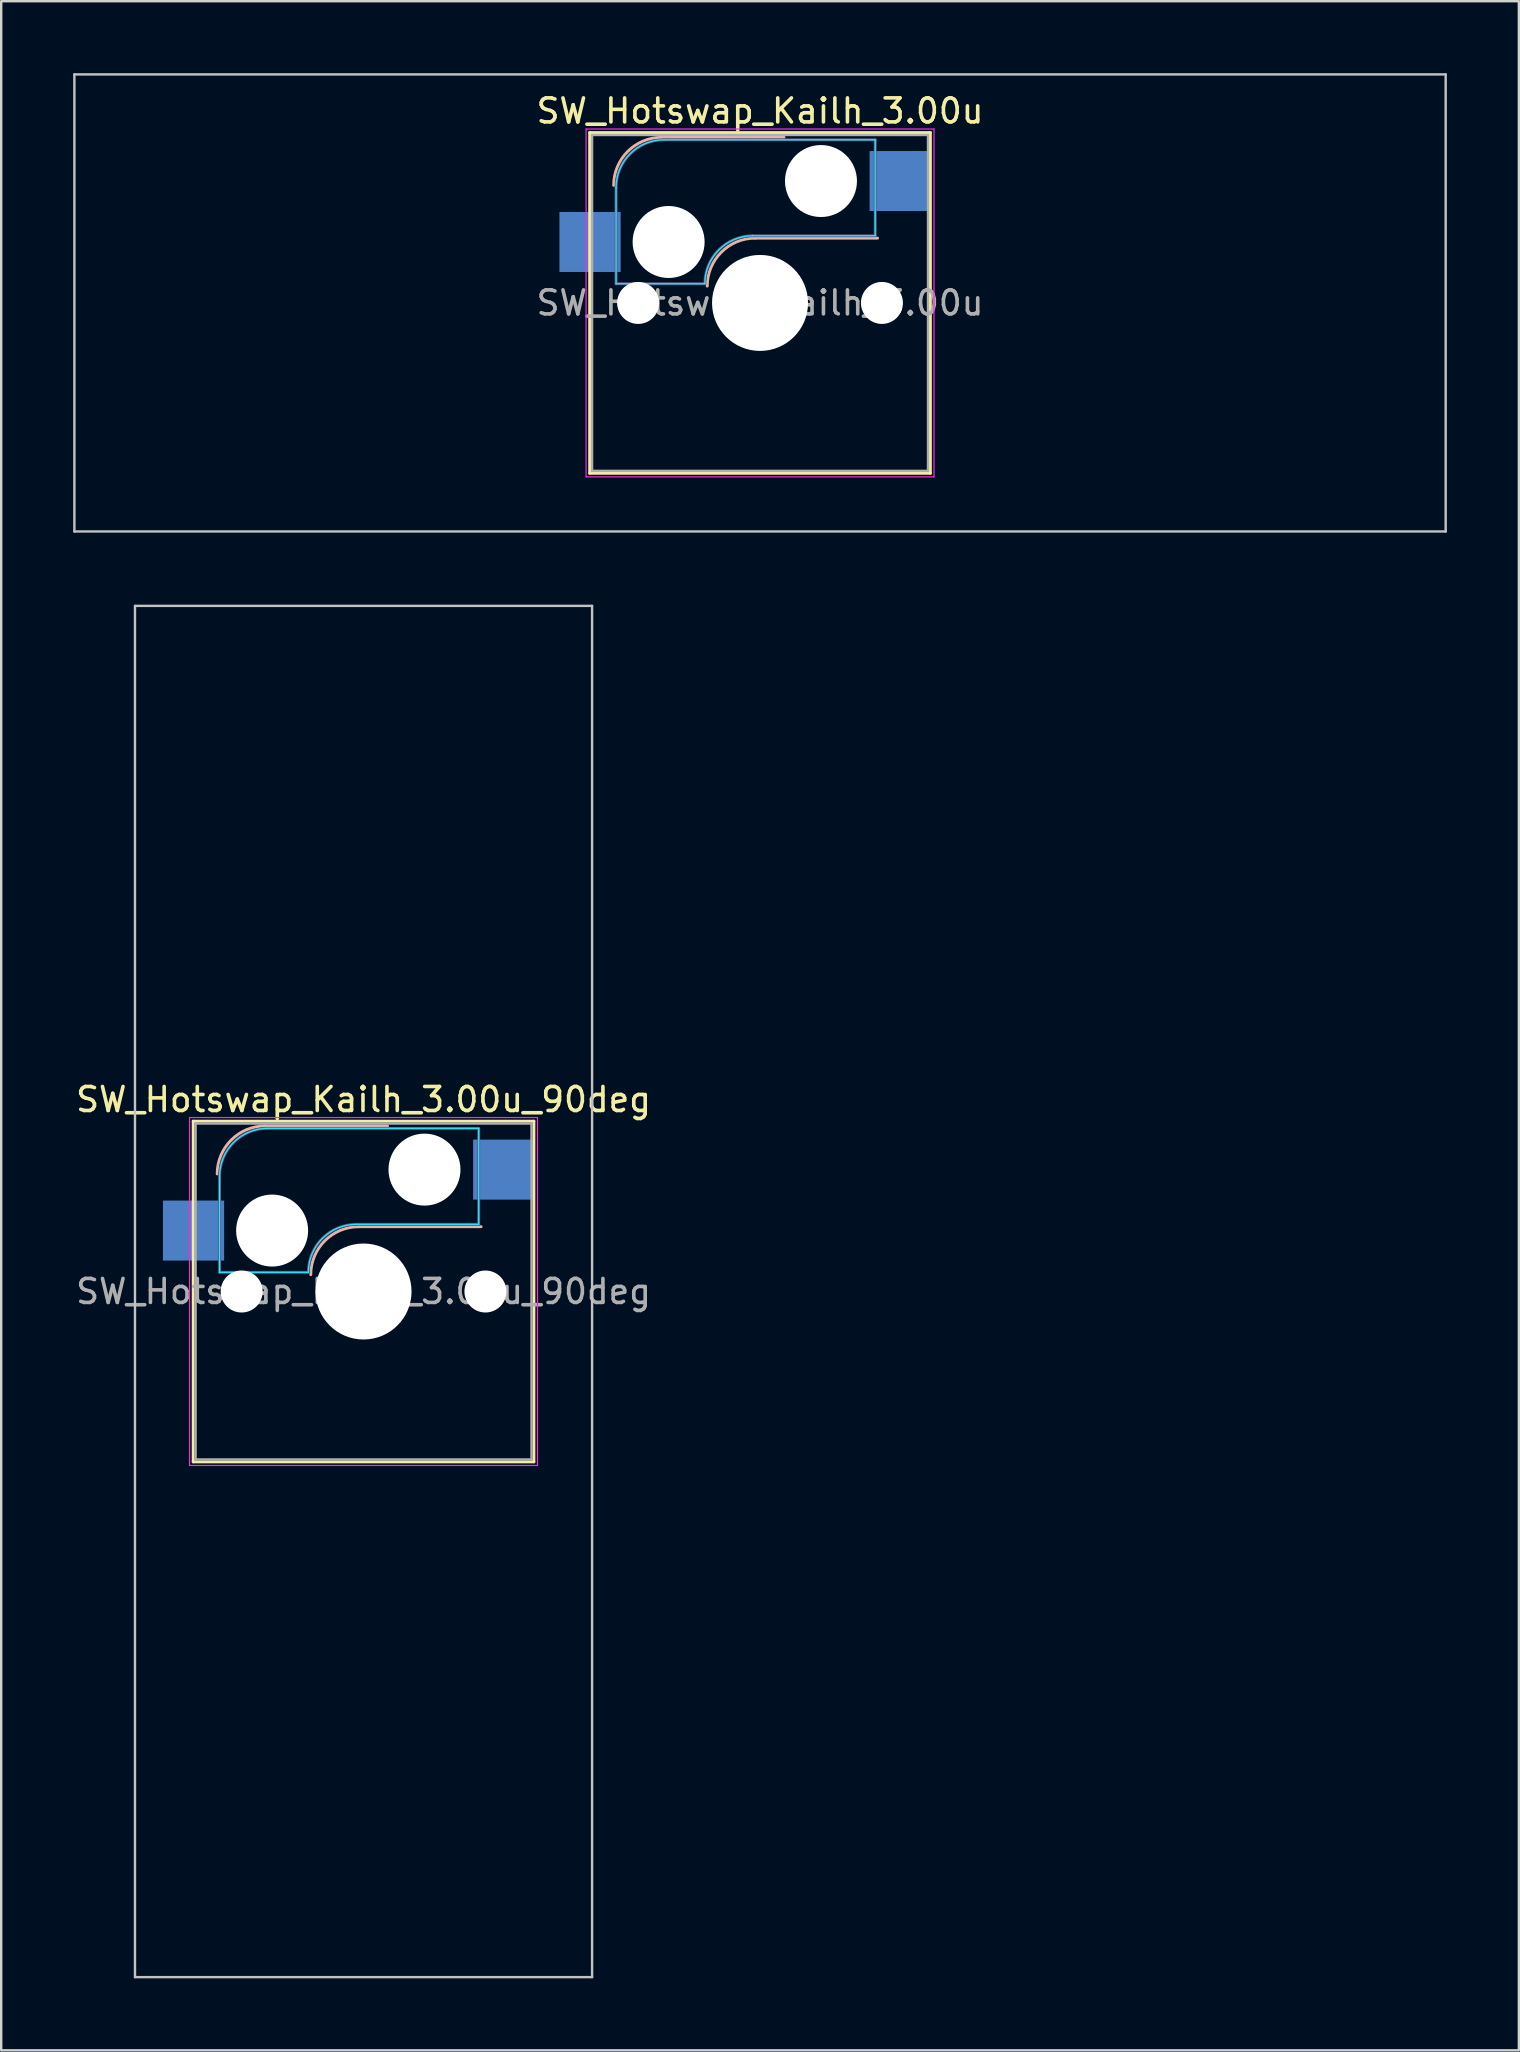
<source format=kicad_pcb>
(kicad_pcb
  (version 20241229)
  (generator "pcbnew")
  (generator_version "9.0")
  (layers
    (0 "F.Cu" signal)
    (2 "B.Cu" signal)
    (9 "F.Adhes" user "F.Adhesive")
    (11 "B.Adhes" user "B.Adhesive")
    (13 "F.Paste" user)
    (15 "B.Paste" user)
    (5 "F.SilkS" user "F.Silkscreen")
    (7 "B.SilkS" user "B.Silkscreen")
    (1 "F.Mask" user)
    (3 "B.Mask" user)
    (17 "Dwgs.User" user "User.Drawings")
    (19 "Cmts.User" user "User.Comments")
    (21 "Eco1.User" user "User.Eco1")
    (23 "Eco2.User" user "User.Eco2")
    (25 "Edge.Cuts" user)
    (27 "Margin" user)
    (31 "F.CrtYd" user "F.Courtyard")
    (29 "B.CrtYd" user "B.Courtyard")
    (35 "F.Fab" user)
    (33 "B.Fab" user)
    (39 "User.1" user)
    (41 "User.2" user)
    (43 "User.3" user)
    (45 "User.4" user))
  (footprint "SW_Hotswap_Kailh_3.00u"
    (layer "F.Cu")
    (at 28.625 9.575)
    (property "Reference" "SW_Hotswap_Kailh_3.00u" (at 0 -8 0) (layer "F.SilkS") (effects (font (size 1 1) (thickness 0.15))))
    (attr smd)
    (fp_line (start -7.1 -7.1) (end -7.1 7.1) (stroke (width 0.12) (type solid)) (layer "F.SilkS"))
    (fp_line (start -7.1 7.1) (end 7.1 7.1) (stroke (width 0.12) (type solid)) (layer "F.SilkS"))
    (fp_line (start 7.1 -7.1) (end -7.1 -7.1) (stroke (width 0.12) (type solid)) (layer "F.SilkS"))
    (fp_line (start 7.1 7.1) (end 7.1 -7.1) (stroke (width 0.12) (type solid)) (layer "F.SilkS"))
    (fp_line (start -4.1 -6.9) (end 1 -6.9) (stroke (width 0.12) (type solid)) (layer "B.SilkS"))
    (fp_line (start -0.2 -2.7) (end 4.9 -2.7) (stroke (width 0.12) (type solid)) (layer "B.SilkS"))
    (fp_arc (start -6.1 -4.9) (mid -5.514214 -6.314214) (end -4.1 -6.9) (stroke (width 0.12) (type solid)) (layer "B.SilkS"))
    (fp_arc (start -2.2 -0.7) (mid -1.614214 -2.114214) (end -0.2 -2.7) (stroke (width 0.12) (type solid)) (layer "B.SilkS"))
    (fp_line (start -28.575 -9.525) (end -28.575 9.525) (stroke (width 0.1) (type solid)) (layer "Dwgs.User"))
    (fp_line (start -28.575 9.525) (end 28.575 9.525) (stroke (width 0.1) (type solid)) (layer "Dwgs.User"))
    (fp_line (start 28.575 -9.525) (end -28.575 -9.525) (stroke (width 0.1) (type solid)) (layer "Dwgs.User"))
    (fp_line (start 28.575 9.525) (end 28.575 -9.525) (stroke (width 0.1) (type solid)) (layer "Dwgs.User"))
    (fp_line (start -7.8 -6) (end -7 -6) (stroke (width 0.1) (type solid)) (layer "Eco1.User"))
    (fp_line (start -7.8 -2.9) (end -7.8 -6) (stroke (width 0.1) (type solid)) (layer "Eco1.User"))
    (fp_line (start -7.8 2.9) (end -7 2.9) (stroke (width 0.1) (type solid)) (layer "Eco1.User"))
    (fp_line (start -7.8 6) (end -7.8 2.9) (stroke (width 0.1) (type solid)) (layer "Eco1.User"))
    (fp_line (start -7 -7) (end 7 -7) (stroke (width 0.1) (type solid)) (layer "Eco1.User"))
    (fp_line (start -7 -6) (end -7 -7) (stroke (width 0.1) (type solid)) (layer "Eco1.User"))
    (fp_line (start -7 -2.9) (end -7.8 -2.9) (stroke (width 0.1) (type solid)) (layer "Eco1.User"))
    (fp_line (start -7 2.9) (end -7 -2.9) (stroke (width 0.1) (type solid)) (layer "Eco1.User"))
    (fp_line (start -7 6) (end -7.8 6) (stroke (width 0.1) (type solid)) (layer "Eco1.User"))
    (fp_line (start -7 7) (end -7 6) (stroke (width 0.1) (type solid)) (layer "Eco1.User"))
    (fp_line (start 7 -7) (end 7 -6) (stroke (width 0.1) (type solid)) (layer "Eco1.User"))
    (fp_line (start 7 -6) (end 7.8 -6) (stroke (width 0.1) (type solid)) (layer "Eco1.User"))
    (fp_line (start 7 -2.9) (end 7 2.9) (stroke (width 0.1) (type solid)) (layer "Eco1.User"))
    (fp_line (start 7 2.9) (end 7.8 2.9) (stroke (width 0.1) (type solid)) (layer "Eco1.User"))
    (fp_line (start 7 6) (end 7 7) (stroke (width 0.1) (type solid)) (layer "Eco1.User"))
    (fp_line (start 7 7) (end -7 7) (stroke (width 0.1) (type solid)) (layer "Eco1.User"))
    (fp_line (start 7.8 -6) (end 7.8 -2.9) (stroke (width 0.1) (type solid)) (layer "Eco1.User"))
    (fp_line (start 7.8 -2.9) (end 7 -2.9) (stroke (width 0.1) (type solid)) (layer "Eco1.User"))
    (fp_line (start 7.8 2.9) (end 7.8 6) (stroke (width 0.1) (type solid)) (layer "Eco1.User"))
    (fp_line (start 7.8 6) (end 7 6) (stroke (width 0.1) (type solid)) (layer "Eco1.User"))
    (fp_line (start -6 -0.8) (end -6 -4.8) (stroke (width 0.05) (type solid)) (layer "B.CrtYd"))
    (fp_line (start -6 -0.8) (end -2.3 -0.8) (stroke (width 0.05) (type solid)) (layer "B.CrtYd"))
    (fp_line (start -4 -6.8) (end 4.8 -6.8) (stroke (width 0.05) (type solid)) (layer "B.CrtYd"))
    (fp_line (start -0.3 -2.8) (end 4.8 -2.8) (stroke (width 0.05) (type solid)) (layer "B.CrtYd"))
    (fp_line (start 4.8 -6.8) (end 4.8 -2.8) (stroke (width 0.05) (type solid)) (layer "B.CrtYd"))
    (fp_arc (start -6 -4.8) (mid -5.414214 -6.214214) (end -4 -6.8) (stroke (width 0.05) (type solid)) (layer "B.CrtYd"))
    (fp_arc (start -2.3 -0.8) (mid -1.714214 -2.214214) (end -0.3 -2.8) (stroke (width 0.05) (type solid)) (layer "B.CrtYd"))
    (fp_line (start -7.25 -7.25) (end -7.25 7.25) (stroke (width 0.05) (type solid)) (layer "F.CrtYd"))
    (fp_line (start -7.25 7.25) (end 7.25 7.25) (stroke (width 0.05) (type solid)) (layer "F.CrtYd"))
    (fp_line (start 7.25 -7.25) (end -7.25 -7.25) (stroke (width 0.05) (type solid)) (layer "F.CrtYd"))
    (fp_line (start 7.25 7.25) (end 7.25 -7.25) (stroke (width 0.05) (type solid)) (layer "F.CrtYd"))
    (fp_line (start -6 -0.8) (end -6 -4.8) (stroke (width 0.12) (type solid)) (layer "B.Fab"))
    (fp_line (start -6 -0.8) (end -2.3 -0.8) (stroke (width 0.12) (type solid)) (layer "B.Fab"))
    (fp_line (start -4 -6.8) (end 4.8 -6.8) (stroke (width 0.12) (type solid)) (layer "B.Fab"))
    (fp_line (start -0.3 -2.8) (end 4.8 -2.8) (stroke (width 0.12) (type solid)) (layer "B.Fab"))
    (fp_line (start 4.8 -6.8) (end 4.8 -2.8) (stroke (width 0.12) (type solid)) (layer "B.Fab"))
    (fp_arc (start -6 -4.8) (mid -5.414214 -6.214214) (end -4 -6.8) (stroke (width 0.12) (type solid)) (layer "B.Fab"))
    (fp_arc (start -2.3 -0.8) (mid -1.714214 -2.214214) (end -0.3 -2.8) (stroke (width 0.12) (type solid)) (layer "B.Fab"))
    (fp_line (start -7 -7) (end -7 7) (stroke (width 0.1) (type solid)) (layer "F.Fab"))
    (fp_line (start -7 7) (end 7 7) (stroke (width 0.1) (type solid)) (layer "F.Fab"))
    (fp_line (start 7 -7) (end -7 -7) (stroke (width 0.1) (type solid)) (layer "F.Fab"))
    (fp_line (start 7 7) (end 7 -7) (stroke (width 0.1) (type solid)) (layer "F.Fab"))
    (fp_text user "${REFERENCE}" (at 0 0 0) (layer "F.Fab") (effects (font (size 1 1) (thickness 0.15))))
    (pad "" np_thru_hole circle (at -5.08 0) (size 1.75 1.75) (drill 1.75) (layers "*.Cu" "*.Mask"))
    (pad "" np_thru_hole circle (at -3.81 -2.54) (size 3 3) (drill 3) (layers "*.Cu" "*.Mask"))
    (pad "" np_thru_hole circle (at 0 0) (size 4 4) (drill 4) (layers "*.Cu" "*.Mask"))
    (pad "" np_thru_hole circle (at 2.54 -5.08) (size 3 3) (drill 3) (layers "*.Cu" "*.Mask"))
    (pad "" np_thru_hole circle (at 5.08 0) (size 1.75 1.75) (drill 1.75) (layers "*.Cu" "*.Mask"))
    (pad "1" smd rect (at -7.085 -2.54) (size 2.55 2.5) (layers "B.Cu" "B.Mask" "B.Paste"))
    (pad "2" smd rect (at 5.842 -5.08) (size 2.55 2.5) (layers "B.Cu" "B.Mask" "B.Paste")))
  (footprint "SW_Hotswap_Kailh_3.00u_90deg"
    (layer "F.Cu")
    (at 12.101 50.775)
    (property "Reference" "SW_Hotswap_Kailh_3.00u_90deg" (at 0 -8 0) (layer "F.SilkS") (effects (font (size 1 1) (thickness 0.15))))
    (attr smd)
    (fp_line (start -7.1 -7.1) (end -7.1 7.1) (stroke (width 0.12) (type solid)) (layer "F.SilkS"))
    (fp_line (start -7.1 7.1) (end 7.1 7.1) (stroke (width 0.12) (type solid)) (layer "F.SilkS"))
    (fp_line (start 7.1 -7.1) (end -7.1 -7.1) (stroke (width 0.12) (type solid)) (layer "F.SilkS"))
    (fp_line (start 7.1 7.1) (end 7.1 -7.1) (stroke (width 0.12) (type solid)) (layer "F.SilkS"))
    (fp_line (start -4.1 -6.9) (end 1 -6.9) (stroke (width 0.12) (type solid)) (layer "B.SilkS"))
    (fp_line (start -0.2 -2.7) (end 4.9 -2.7) (stroke (width 0.12) (type solid)) (layer "B.SilkS"))
    (fp_arc (start -6.1 -4.9) (mid -5.514214 -6.314214) (end -4.1 -6.9) (stroke (width 0.12) (type solid)) (layer "B.SilkS"))
    (fp_arc (start -2.2 -0.7) (mid -1.614214 -2.114214) (end -0.2 -2.7) (stroke (width 0.12) (type solid)) (layer "B.SilkS"))
    (fp_line (start -9.525 -28.575) (end 9.525 -28.575) (stroke (width 0.1) (type solid)) (layer "Dwgs.User"))
    (fp_line (start -9.525 28.575) (end -9.525 -28.575) (stroke (width 0.1) (type solid)) (layer "Dwgs.User"))
    (fp_line (start 9.525 -28.575) (end 9.525 28.575) (stroke (width 0.1) (type solid)) (layer "Dwgs.User"))
    (fp_line (start 9.525 28.575) (end -9.525 28.575) (stroke (width 0.1) (type solid)) (layer "Dwgs.User"))
    (fp_line (start -7.8 -6) (end -7 -6) (stroke (width 0.1) (type solid)) (layer "Eco1.User"))
    (fp_line (start -7.8 -2.9) (end -7.8 -6) (stroke (width 0.1) (type solid)) (layer "Eco1.User"))
    (fp_line (start -7.8 2.9) (end -7 2.9) (stroke (width 0.1) (type solid)) (layer "Eco1.User"))
    (fp_line (start -7.8 6) (end -7.8 2.9) (stroke (width 0.1) (type solid)) (layer "Eco1.User"))
    (fp_line (start -7 -7) (end 7 -7) (stroke (width 0.1) (type solid)) (layer "Eco1.User"))
    (fp_line (start -7 -6) (end -7 -7) (stroke (width 0.1) (type solid)) (layer "Eco1.User"))
    (fp_line (start -7 -2.9) (end -7.8 -2.9) (stroke (width 0.1) (type solid)) (layer "Eco1.User"))
    (fp_line (start -7 2.9) (end -7 -2.9) (stroke (width 0.1) (type solid)) (layer "Eco1.User"))
    (fp_line (start -7 6) (end -7.8 6) (stroke (width 0.1) (type solid)) (layer "Eco1.User"))
    (fp_line (start -7 7) (end -7 6) (stroke (width 0.1) (type solid)) (layer "Eco1.User"))
    (fp_line (start 7 -7) (end 7 -6) (stroke (width 0.1) (type solid)) (layer "Eco1.User"))
    (fp_line (start 7 -6) (end 7.8 -6) (stroke (width 0.1) (type solid)) (layer "Eco1.User"))
    (fp_line (start 7 -2.9) (end 7 2.9) (stroke (width 0.1) (type solid)) (layer "Eco1.User"))
    (fp_line (start 7 2.9) (end 7.8 2.9) (stroke (width 0.1) (type solid)) (layer "Eco1.User"))
    (fp_line (start 7 6) (end 7 7) (stroke (width 0.1) (type solid)) (layer "Eco1.User"))
    (fp_line (start 7 7) (end -7 7) (stroke (width 0.1) (type solid)) (layer "Eco1.User"))
    (fp_line (start 7.8 -6) (end 7.8 -2.9) (stroke (width 0.1) (type solid)) (layer "Eco1.User"))
    (fp_line (start 7.8 -2.9) (end 7 -2.9) (stroke (width 0.1) (type solid)) (layer "Eco1.User"))
    (fp_line (start 7.8 2.9) (end 7.8 6) (stroke (width 0.1) (type solid)) (layer "Eco1.User"))
    (fp_line (start 7.8 6) (end 7 6) (stroke (width 0.1) (type solid)) (layer "Eco1.User"))
    (fp_line (start -6 -0.8) (end -6 -4.8) (stroke (width 0.05) (type solid)) (layer "B.CrtYd"))
    (fp_line (start -6 -0.8) (end -2.3 -0.8) (stroke (width 0.05) (type solid)) (layer "B.CrtYd"))
    (fp_line (start -4 -6.8) (end 4.8 -6.8) (stroke (width 0.05) (type solid)) (layer "B.CrtYd"))
    (fp_line (start -0.3 -2.8) (end 4.8 -2.8) (stroke (width 0.05) (type solid)) (layer "B.CrtYd"))
    (fp_line (start 4.8 -6.8) (end 4.8 -2.8) (stroke (width 0.05) (type solid)) (layer "B.CrtYd"))
    (fp_arc (start -6 -4.8) (mid -5.414214 -6.214214) (end -4 -6.8) (stroke (width 0.05) (type solid)) (layer "B.CrtYd"))
    (fp_arc (start -2.3 -0.8) (mid -1.714214 -2.214214) (end -0.3 -2.8) (stroke (width 0.05) (type solid)) (layer "B.CrtYd"))
    (fp_line (start -7.25 -7.25) (end -7.25 7.25) (stroke (width 0.05) (type solid)) (layer "F.CrtYd"))
    (fp_line (start -7.25 7.25) (end 7.25 7.25) (stroke (width 0.05) (type solid)) (layer "F.CrtYd"))
    (fp_line (start 7.25 -7.25) (end -7.25 -7.25) (stroke (width 0.05) (type solid)) (layer "F.CrtYd"))
    (fp_line (start 7.25 7.25) (end 7.25 -7.25) (stroke (width 0.05) (type solid)) (layer "F.CrtYd"))
    (fp_line (start -6 -0.8) (end -6 -4.8) (stroke (width 0.12) (type solid)) (layer "B.Fab"))
    (fp_line (start -6 -0.8) (end -2.3 -0.8) (stroke (width 0.12) (type solid)) (layer "B.Fab"))
    (fp_line (start -4 -6.8) (end 4.8 -6.8) (stroke (width 0.12) (type solid)) (layer "B.Fab"))
    (fp_line (start -0.3 -2.8) (end 4.8 -2.8) (stroke (width 0.12) (type solid)) (layer "B.Fab"))
    (fp_line (start 4.8 -6.8) (end 4.8 -2.8) (stroke (width 0.12) (type solid)) (layer "B.Fab"))
    (fp_arc (start -6 -4.8) (mid -5.414214 -6.214214) (end -4 -6.8) (stroke (width 0.12) (type solid)) (layer "B.Fab"))
    (fp_arc (start -2.3 -0.8) (mid -1.714214 -2.214214) (end -0.3 -2.8) (stroke (width 0.12) (type solid)) (layer "B.Fab"))
    (fp_line (start -7 -7) (end -7 7) (stroke (width 0.1) (type solid)) (layer "F.Fab"))
    (fp_line (start -7 7) (end 7 7) (stroke (width 0.1) (type solid)) (layer "F.Fab"))
    (fp_line (start 7 -7) (end -7 -7) (stroke (width 0.1) (type solid)) (layer "F.Fab"))
    (fp_line (start 7 7) (end 7 -7) (stroke (width 0.1) (type solid)) (layer "F.Fab"))
    (fp_text user "${REFERENCE}" (at 0 0 0) (layer "F.Fab") (effects (font (size 1 1) (thickness 0.15))))
    (pad "" np_thru_hole circle (at -5.08 0) (size 1.75 1.75) (drill 1.75) (layers "*.Cu" "*.Mask"))
    (pad "" np_thru_hole circle (at -3.81 -2.54) (size 3 3) (drill 3) (layers "*.Cu" "*.Mask"))
    (pad "" np_thru_hole circle (at 0 0) (size 4 4) (drill 4) (layers "*.Cu" "*.Mask"))
    (pad "" np_thru_hole circle (at 2.54 -5.08) (size 3 3) (drill 3) (layers "*.Cu" "*.Mask"))
    (pad "" np_thru_hole circle (at 5.08 0) (size 1.75 1.75) (drill 1.75) (layers "*.Cu" "*.Mask"))
    (pad "1" smd rect (at -7.085 -2.54) (size 2.55 2.5) (layers "B.Cu" "B.Mask" "B.Paste"))
    (pad "2" smd rect (at 5.842 -5.08) (size 2.55 2.5) (layers "B.Cu" "B.Mask" "B.Paste")))
  (gr_rect
    (start -3 -3)
    (end 60.25 82.4)
    (stroke (width 0.1) (type default))
    (fill no)
    (layer "Edge.Cuts")))
</source>
